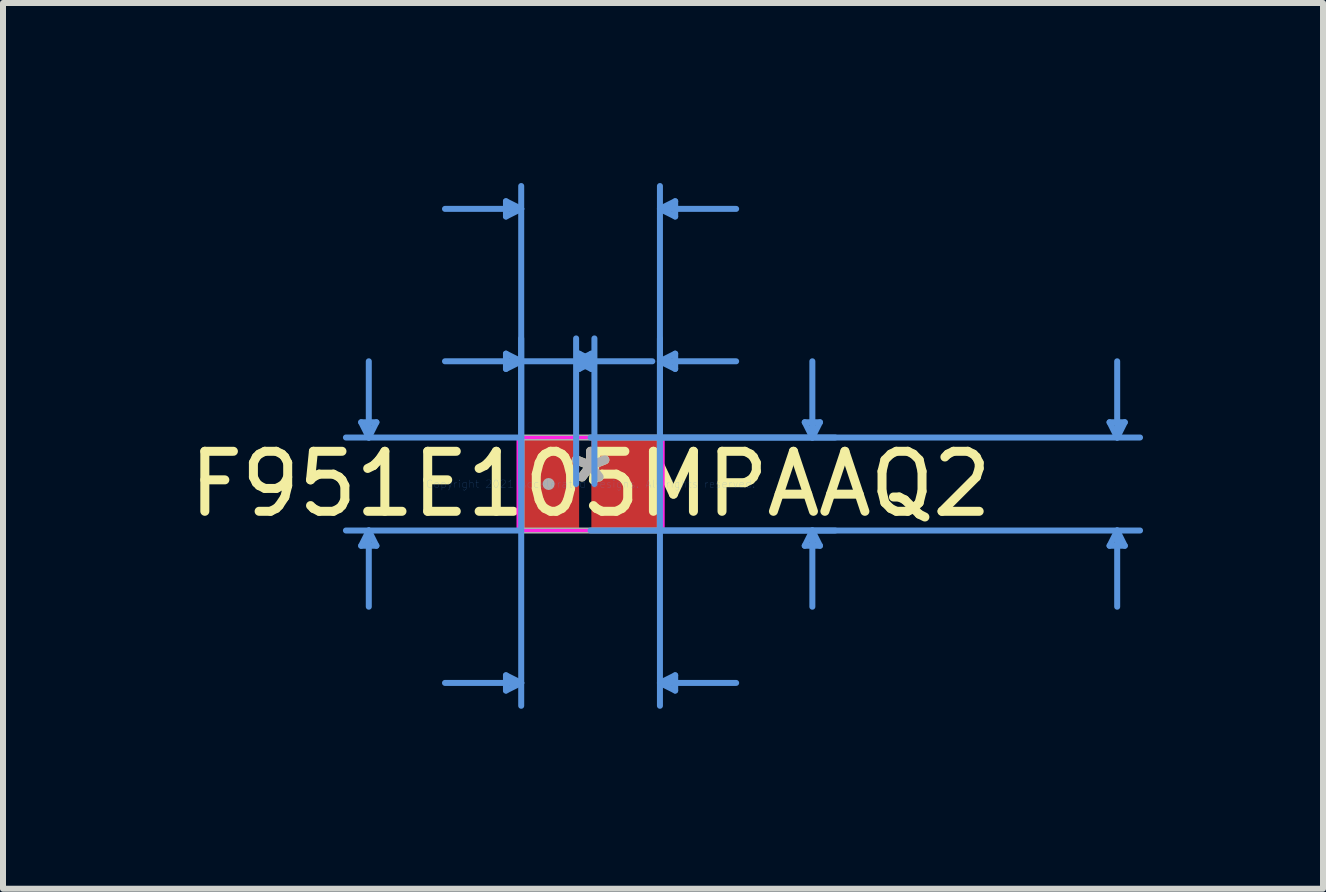
<source format=kicad_pcb>
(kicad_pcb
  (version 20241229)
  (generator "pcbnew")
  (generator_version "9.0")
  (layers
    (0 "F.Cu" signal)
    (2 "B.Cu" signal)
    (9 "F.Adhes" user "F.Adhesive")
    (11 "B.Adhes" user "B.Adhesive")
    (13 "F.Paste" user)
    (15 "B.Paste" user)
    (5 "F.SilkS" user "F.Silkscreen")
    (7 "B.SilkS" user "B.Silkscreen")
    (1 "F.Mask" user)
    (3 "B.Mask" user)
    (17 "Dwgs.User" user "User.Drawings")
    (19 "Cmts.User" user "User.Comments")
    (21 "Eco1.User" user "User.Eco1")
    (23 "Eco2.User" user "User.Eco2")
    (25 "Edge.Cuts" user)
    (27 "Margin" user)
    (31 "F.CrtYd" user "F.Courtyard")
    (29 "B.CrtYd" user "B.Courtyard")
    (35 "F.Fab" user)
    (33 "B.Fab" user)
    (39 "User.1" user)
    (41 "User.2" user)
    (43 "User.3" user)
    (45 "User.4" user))
  (footprint "F951E105MPAAQ2"
    (layer "F.Cu")
    (at 6.792 5.016)
    (property "Reference" "F951E105MPAAQ2" (at 0 0 0) (layer "F.SilkS") (effects (font (size 1 1) (thickness 0.15))))
    (attr through_hole)
    (fp_line (start -3.823 -1.029) (end -3.569 -1.029) (stroke (width 0.1) (type solid)) (layer "Cmts.User"))
    (fp_line (start -3.823 1.029) (end -3.569 1.029) (stroke (width 0.1) (type solid)) (layer "Cmts.User"))
    (fp_line (start -3.696 -0.775) (end -3.823 -1.029) (stroke (width 0.1) (type solid)) (layer "Cmts.User"))
    (fp_line (start -3.696 -0.775) (end -3.696 -2.045) (stroke (width 0.1) (type solid)) (layer "Cmts.User"))
    (fp_line (start -3.696 -0.775) (end -3.569 -1.029) (stroke (width 0.1) (type solid)) (layer "Cmts.User"))
    (fp_line (start -3.696 0.775) (end -3.823 1.029) (stroke (width 0.1) (type solid)) (layer "Cmts.User"))
    (fp_line (start -3.696 0.775) (end -3.696 2.045) (stroke (width 0.1) (type solid)) (layer "Cmts.User"))
    (fp_line (start -3.696 0.775) (end -3.569 1.029) (stroke (width 0.1) (type solid)) (layer "Cmts.User"))
    (fp_line (start -1.41 -4.712) (end -1.41 -4.458) (stroke (width 0.1) (type solid)) (layer "Cmts.User"))
    (fp_line (start -1.41 -2.172) (end -1.41 -1.918) (stroke (width 0.1) (type solid)) (layer "Cmts.User"))
    (fp_line (start -1.41 3.188) (end -1.41 3.442) (stroke (width 0.1) (type solid)) (layer "Cmts.User"))
    (fp_line (start -1.156 -4.585) (end -2.426 -4.585) (stroke (width 0.1) (type solid)) (layer "Cmts.User"))
    (fp_line (start -1.156 -4.585) (end -1.41 -4.712) (stroke (width 0.1) (type solid)) (layer "Cmts.User"))
    (fp_line (start -1.156 -4.585) (end -1.41 -4.458) (stroke (width 0.1) (type solid)) (layer "Cmts.User"))
    (fp_line (start -1.156 -2.045) (end -2.426 -2.045) (stroke (width 0.1) (type solid)) (layer "Cmts.User"))
    (fp_line (start -1.156 -2.045) (end -1.41 -2.172) (stroke (width 0.1) (type solid)) (layer "Cmts.User"))
    (fp_line (start -1.156 -2.045) (end -1.41 -1.918) (stroke (width 0.1) (type solid)) (layer "Cmts.User"))
    (fp_line (start -1.156 -0.775) (end -4.077 -0.775) (stroke (width 0.1) (type solid)) (layer "Cmts.User"))
    (fp_line (start -1.156 0) (end -1.156 -4.966) (stroke (width 0.1) (type solid)) (layer "Cmts.User"))
    (fp_line (start -1.156 0) (end -1.156 -2.426) (stroke (width 0.1) (type solid)) (layer "Cmts.User"))
    (fp_line (start -1.156 0) (end -1.156 3.696) (stroke (width 0.1) (type solid)) (layer "Cmts.User"))
    (fp_line (start -1.156 0.775) (end -4.077 0.775) (stroke (width 0.1) (type solid)) (layer "Cmts.User"))
    (fp_line (start -1.156 3.315) (end -2.426 3.315) (stroke (width 0.1) (type solid)) (layer "Cmts.User"))
    (fp_line (start -1.156 3.315) (end -1.41 3.188) (stroke (width 0.1) (type solid)) (layer "Cmts.User"))
    (fp_line (start -1.156 3.315) (end -1.41 3.442) (stroke (width 0.1) (type solid)) (layer "Cmts.User"))
    (fp_line (start -0.241 -2.045) (end 0.013 -2.172) (stroke (width 0.1) (type solid)) (layer "Cmts.User"))
    (fp_line (start -0.241 -2.045) (end 0.013 -1.918) (stroke (width 0.1) (type solid)) (layer "Cmts.User"))
    (fp_line (start -0.241 -2.045) (end 1.029 -2.045) (stroke (width 0.1) (type solid)) (layer "Cmts.User"))
    (fp_line (start -0.241 0) (end -0.241 -2.426) (stroke (width 0.1) (type solid)) (layer "Cmts.User"))
    (fp_line (start -0.191 -2.172) (end -0.191 -1.918) (stroke (width 0.1) (type solid)) (layer "Cmts.User"))
    (fp_line (start 0 -0.775) (end 9.157 -0.775) (stroke (width 0.1) (type solid)) (layer "Cmts.User"))
    (fp_line (start 0 0.775) (end 9.157 0.775) (stroke (width 0.1) (type solid)) (layer "Cmts.User"))
    (fp_line (start 0.013 -2.172) (end 0.013 -1.918) (stroke (width 0.1) (type solid)) (layer "Cmts.User"))
    (fp_line (start 0.064 -2.045) (end -1.206 -2.045) (stroke (width 0.1) (type solid)) (layer "Cmts.User"))
    (fp_line (start 0.064 -2.045) (end -0.191 -2.172) (stroke (width 0.1) (type solid)) (layer "Cmts.User"))
    (fp_line (start 0.064 -2.045) (end -0.191 -1.918) (stroke (width 0.1) (type solid)) (layer "Cmts.User"))
    (fp_line (start 0.064 0) (end 0.064 -2.426) (stroke (width 0.1) (type solid)) (layer "Cmts.User"))
    (fp_line (start 1.156 -4.585) (end 1.41 -4.712) (stroke (width 0.1) (type solid)) (layer "Cmts.User"))
    (fp_line (start 1.156 -4.585) (end 1.41 -4.458) (stroke (width 0.1) (type solid)) (layer "Cmts.User"))
    (fp_line (start 1.156 -4.585) (end 2.426 -4.585) (stroke (width 0.1) (type solid)) (layer "Cmts.User"))
    (fp_line (start 1.156 -2.045) (end 1.41 -2.172) (stroke (width 0.1) (type solid)) (layer "Cmts.User"))
    (fp_line (start 1.156 -2.045) (end 1.41 -1.918) (stroke (width 0.1) (type solid)) (layer "Cmts.User"))
    (fp_line (start 1.156 -2.045) (end 2.426 -2.045) (stroke (width 0.1) (type solid)) (layer "Cmts.User"))
    (fp_line (start 1.156 -0.775) (end 4.077 -0.775) (stroke (width 0.1) (type solid)) (layer "Cmts.User"))
    (fp_line (start 1.156 0) (end 1.156 -4.966) (stroke (width 0.1) (type solid)) (layer "Cmts.User"))
    (fp_line (start 1.156 0) (end 1.156 -2.426) (stroke (width 0.1) (type solid)) (layer "Cmts.User"))
    (fp_line (start 1.156 0) (end 1.156 3.696) (stroke (width 0.1) (type solid)) (layer "Cmts.User"))
    (fp_line (start 1.156 0.775) (end 4.077 0.775) (stroke (width 0.1) (type solid)) (layer "Cmts.User"))
    (fp_line (start 1.156 3.315) (end 1.41 3.188) (stroke (width 0.1) (type solid)) (layer "Cmts.User"))
    (fp_line (start 1.156 3.315) (end 1.41 3.442) (stroke (width 0.1) (type solid)) (layer "Cmts.User"))
    (fp_line (start 1.156 3.315) (end 2.426 3.315) (stroke (width 0.1) (type solid)) (layer "Cmts.User"))
    (fp_line (start 1.41 -4.712) (end 1.41 -4.458) (stroke (width 0.1) (type solid)) (layer "Cmts.User"))
    (fp_line (start 1.41 -2.172) (end 1.41 -1.918) (stroke (width 0.1) (type solid)) (layer "Cmts.User"))
    (fp_line (start 1.41 3.188) (end 1.41 3.442) (stroke (width 0.1) (type solid)) (layer "Cmts.User"))
    (fp_line (start 3.569 -1.029) (end 3.823 -1.029) (stroke (width 0.1) (type solid)) (layer "Cmts.User"))
    (fp_line (start 3.569 1.029) (end 3.823 1.029) (stroke (width 0.1) (type solid)) (layer "Cmts.User"))
    (fp_line (start 3.696 -0.775) (end 3.569 -1.029) (stroke (width 0.1) (type solid)) (layer "Cmts.User"))
    (fp_line (start 3.696 -0.775) (end 3.696 -2.045) (stroke (width 0.1) (type solid)) (layer "Cmts.User"))
    (fp_line (start 3.696 -0.775) (end 3.823 -1.029) (stroke (width 0.1) (type solid)) (layer "Cmts.User"))
    (fp_line (start 3.696 0.775) (end 3.569 1.029) (stroke (width 0.1) (type solid)) (layer "Cmts.User"))
    (fp_line (start 3.696 0.775) (end 3.696 2.045) (stroke (width 0.1) (type solid)) (layer "Cmts.User"))
    (fp_line (start 3.696 0.775) (end 3.823 1.029) (stroke (width 0.1) (type solid)) (layer "Cmts.User"))
    (fp_line (start 8.649 -1.029) (end 8.903 -1.029) (stroke (width 0.1) (type solid)) (layer "Cmts.User"))
    (fp_line (start 8.649 1.029) (end 8.903 1.029) (stroke (width 0.1) (type solid)) (layer "Cmts.User"))
    (fp_line (start 8.776 -0.775) (end 8.649 -1.029) (stroke (width 0.1) (type solid)) (layer "Cmts.User"))
    (fp_line (start 8.776 -0.775) (end 8.776 -2.045) (stroke (width 0.1) (type solid)) (layer "Cmts.User"))
    (fp_line (start 8.776 -0.775) (end 8.903 -1.029) (stroke (width 0.1) (type solid)) (layer "Cmts.User"))
    (fp_line (start 8.776 0.775) (end 8.649 1.029) (stroke (width 0.1) (type solid)) (layer "Cmts.User"))
    (fp_line (start 8.776 0.775) (end 8.776 2.045) (stroke (width 0.1) (type solid)) (layer "Cmts.User"))
    (fp_line (start 8.776 0.775) (end 8.903 1.029) (stroke (width 0.1) (type solid)) (layer "Cmts.User"))
    (fp_line (start -1.206 -0.775) (end -1.156 -0.775) (stroke (width 0.05) (type solid)) (layer "F.CrtYd"))
    (fp_line (start -1.206 -0.775) (end -1.156 -0.775) (stroke (width 0.05) (type solid)) (layer "F.CrtYd"))
    (fp_line (start -1.206 0.775) (end -1.206 -0.775) (stroke (width 0.05) (type solid)) (layer "F.CrtYd"))
    (fp_line (start -1.206 0.775) (end -1.206 -0.775) (stroke (width 0.05) (type solid)) (layer "F.CrtYd"))
    (fp_line (start -1.156 -0.775) (end -1.156 -0.775) (stroke (width 0.05) (type solid)) (layer "F.CrtYd"))
    (fp_line (start -1.156 -0.775) (end -1.156 -0.775) (stroke (width 0.05) (type solid)) (layer "F.CrtYd"))
    (fp_line (start -1.156 -0.775) (end 1.156 -0.775) (stroke (width 0.05) (type solid)) (layer "F.CrtYd"))
    (fp_line (start -1.156 -0.775) (end 1.156 -0.775) (stroke (width 0.05) (type solid)) (layer "F.CrtYd"))
    (fp_line (start -1.156 0.775) (end -1.206 0.775) (stroke (width 0.05) (type solid)) (layer "F.CrtYd"))
    (fp_line (start -1.156 0.775) (end -1.206 0.775) (stroke (width 0.05) (type solid)) (layer "F.CrtYd"))
    (fp_line (start -1.156 0.775) (end -1.156 0.775) (stroke (width 0.05) (type solid)) (layer "F.CrtYd"))
    (fp_line (start -1.156 0.775) (end -1.156 0.775) (stroke (width 0.05) (type solid)) (layer "F.CrtYd"))
    (fp_line (start 1.156 -0.775) (end 1.156 -0.775) (stroke (width 0.05) (type solid)) (layer "F.CrtYd"))
    (fp_line (start 1.156 -0.775) (end 1.156 -0.775) (stroke (width 0.05) (type solid)) (layer "F.CrtYd"))
    (fp_line (start 1.156 -0.775) (end 1.206 -0.775) (stroke (width 0.05) (type solid)) (layer "F.CrtYd"))
    (fp_line (start 1.156 -0.775) (end 1.206 -0.775) (stroke (width 0.05) (type solid)) (layer "F.CrtYd"))
    (fp_line (start 1.156 0.775) (end -1.156 0.775) (stroke (width 0.05) (type solid)) (layer "F.CrtYd"))
    (fp_line (start 1.156 0.775) (end -1.156 0.775) (stroke (width 0.05) (type solid)) (layer "F.CrtYd"))
    (fp_line (start 1.156 0.775) (end 1.156 0.775) (stroke (width 0.05) (type solid)) (layer "F.CrtYd"))
    (fp_line (start 1.156 0.775) (end 1.156 0.775) (stroke (width 0.05) (type solid)) (layer "F.CrtYd"))
    (fp_line (start 1.206 -0.775) (end 1.206 0.775) (stroke (width 0.05) (type solid)) (layer "F.CrtYd"))
    (fp_line (start 1.206 -0.775) (end 1.206 0.775) (stroke (width 0.05) (type solid)) (layer "F.CrtYd"))
    (fp_line (start 1.206 0.775) (end 1.156 0.775) (stroke (width 0.05) (type solid)) (layer "F.CrtYd"))
    (fp_line (start 1.206 0.775) (end 1.156 0.775) (stroke (width 0.05) (type solid)) (layer "F.CrtYd"))
    (fp_line (start -1.156 -0.775) (end -1.156 -0.775) (stroke (width 0.1) (type solid)) (layer "F.Fab"))
    (fp_line (start -1.156 -0.775) (end -1.156 0.775) (stroke (width 0.1) (type solid)) (layer "F.Fab"))
    (fp_line (start -1.156 -0.775) (end -1.156 0.775) (stroke (width 0.1) (type solid)) (layer "F.Fab"))
    (fp_line (start -1.156 0.775) (end -1.156 -0.775) (stroke (width 0.1) (type solid)) (layer "F.Fab"))
    (fp_line (start -1.156 0.775) (end -1.156 0.775) (stroke (width 0.1) (type solid)) (layer "F.Fab"))
    (fp_line (start -1.156 0.775) (end 1.156 0.775) (stroke (width 0.1) (type solid)) (layer "F.Fab"))
    (fp_line (start 1.156 -0.775) (end -1.156 -0.775) (stroke (width 0.1) (type solid)) (layer "F.Fab"))
    (fp_line (start 1.156 -0.775) (end 1.156 -0.775) (stroke (width 0.1) (type solid)) (layer "F.Fab"))
    (fp_line (start 1.156 -0.775) (end 1.156 0.775) (stroke (width 0.1) (type solid)) (layer "F.Fab"))
    (fp_line (start 1.156 0.775) (end 1.156 -0.775) (stroke (width 0.1) (type solid)) (layer "F.Fab"))
    (fp_line (start 1.156 0.775) (end 1.156 -0.775) (stroke (width 0.1) (type solid)) (layer "F.Fab"))
    (fp_line (start 1.156 0.775) (end 1.156 0.775) (stroke (width 0.1) (type solid)) (layer "F.Fab"))
    (fp_circle (center -0.699 0) (end -0.699 0) (stroke (width 0.1) (type solid)) (fill no) (layer "F.Fab"))
    (fp_text user "*" (at 0 0 0) (layer "F.SilkS") (effects (font (size 1 1) (thickness 0.15))))
    (fp_text user "Copyright 2021 Accelerated Designs. All rights reserved." (at 0 0 0) (layer "Cmts.User") (effects (font (size 0.127 0.127) (thickness 0.002))))
    (fp_text user "*" (at 0 0 0) (layer "F.Fab") (effects (font (size 1 1) (thickness 0.15))))
    (pad "1" smd rect (at -0.699 0) (size 1.016 1.549) (layers "F.Cu" "F.Mask" "F.Paste"))
    (pad "2" smd rect (at 0.61 0) (size 1.194 1.549) (layers "F.Cu" "F.Mask" "F.Paste")))
  (gr_rect
    (start -3 -3)
    (end 18.998 11.761)
    (stroke (width 0.1) (type default))
    (fill no)
    (layer "Edge.Cuts")))
</source>
